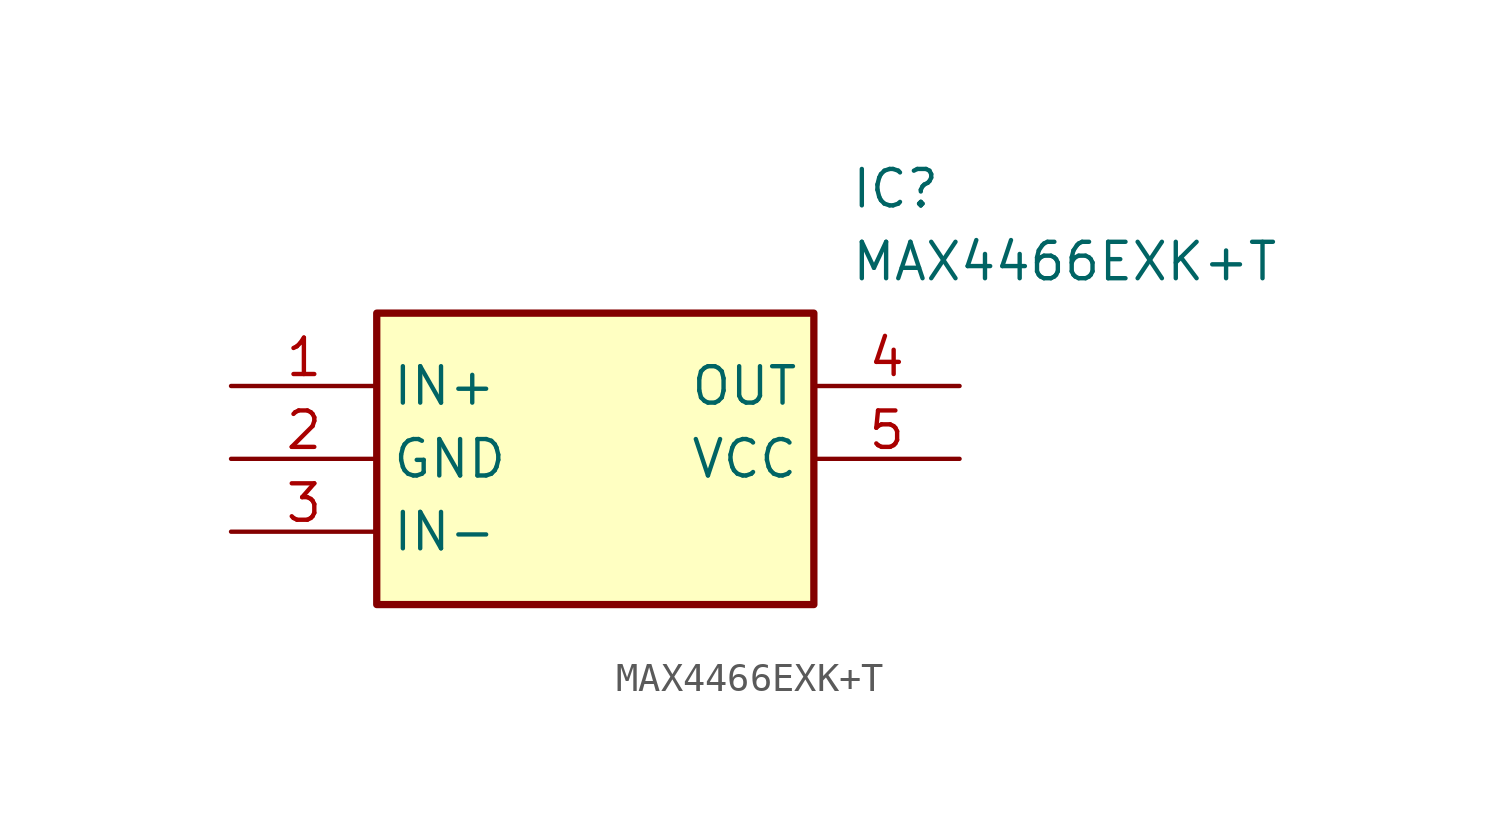
<source format=kicad_sym>
(kicad_symbol_lib
  (version 20211014)
  (generator SamacSys_ECAD_Model)
  (symbol "MAX4466EXK+T"
    (property "Reference" "IC"
      (at 21.59 7.62 0)
      (effects (font (size 1.27 1.27)) (justify left top)))
    (property "Value" "MAX4466EXK+T"
      (at 21.59 5.08 0)
      (effects (font (size 1.27 1.27)) (justify left top)))
    (rectangle
      (start 5.08 2.54)
      (end 20.32 -7.62)
      (stroke (width 0.254) (type default))
      (fill (type background)))
    (pin passive line
      (at 0 0 0)
      (length 5.08)
      (name "IN+" (effects (font (size 1.27 1.27))))
      (number "1" (effects (font (size 1.27 1.27)))))
    (pin passive line
      (at 0 -2.54 0)
      (length 5.08)
      (name "GND" (effects (font (size 1.27 1.27))))
      (number "2" (effects (font (size 1.27 1.27)))))
    (pin passive line
      (at 0 -5.08 0)
      (length 5.08)
      (name "IN-" (effects (font (size 1.27 1.27))))
      (number "3" (effects (font (size 1.27 1.27)))))
    (pin passive line
      (at 25.4 0 180)
      (length 5.08)
      (name "OUT" (effects (font (size 1.27 1.27))))
      (number "4" (effects (font (size 1.27 1.27)))))
    (pin passive line
      (at 25.4 -2.54 180)
      (length 5.08)
      (name "VCC" (effects (font (size 1.27 1.27))))
      (number "5" (effects (font (size 1.27 1.27)))))))
</source>
